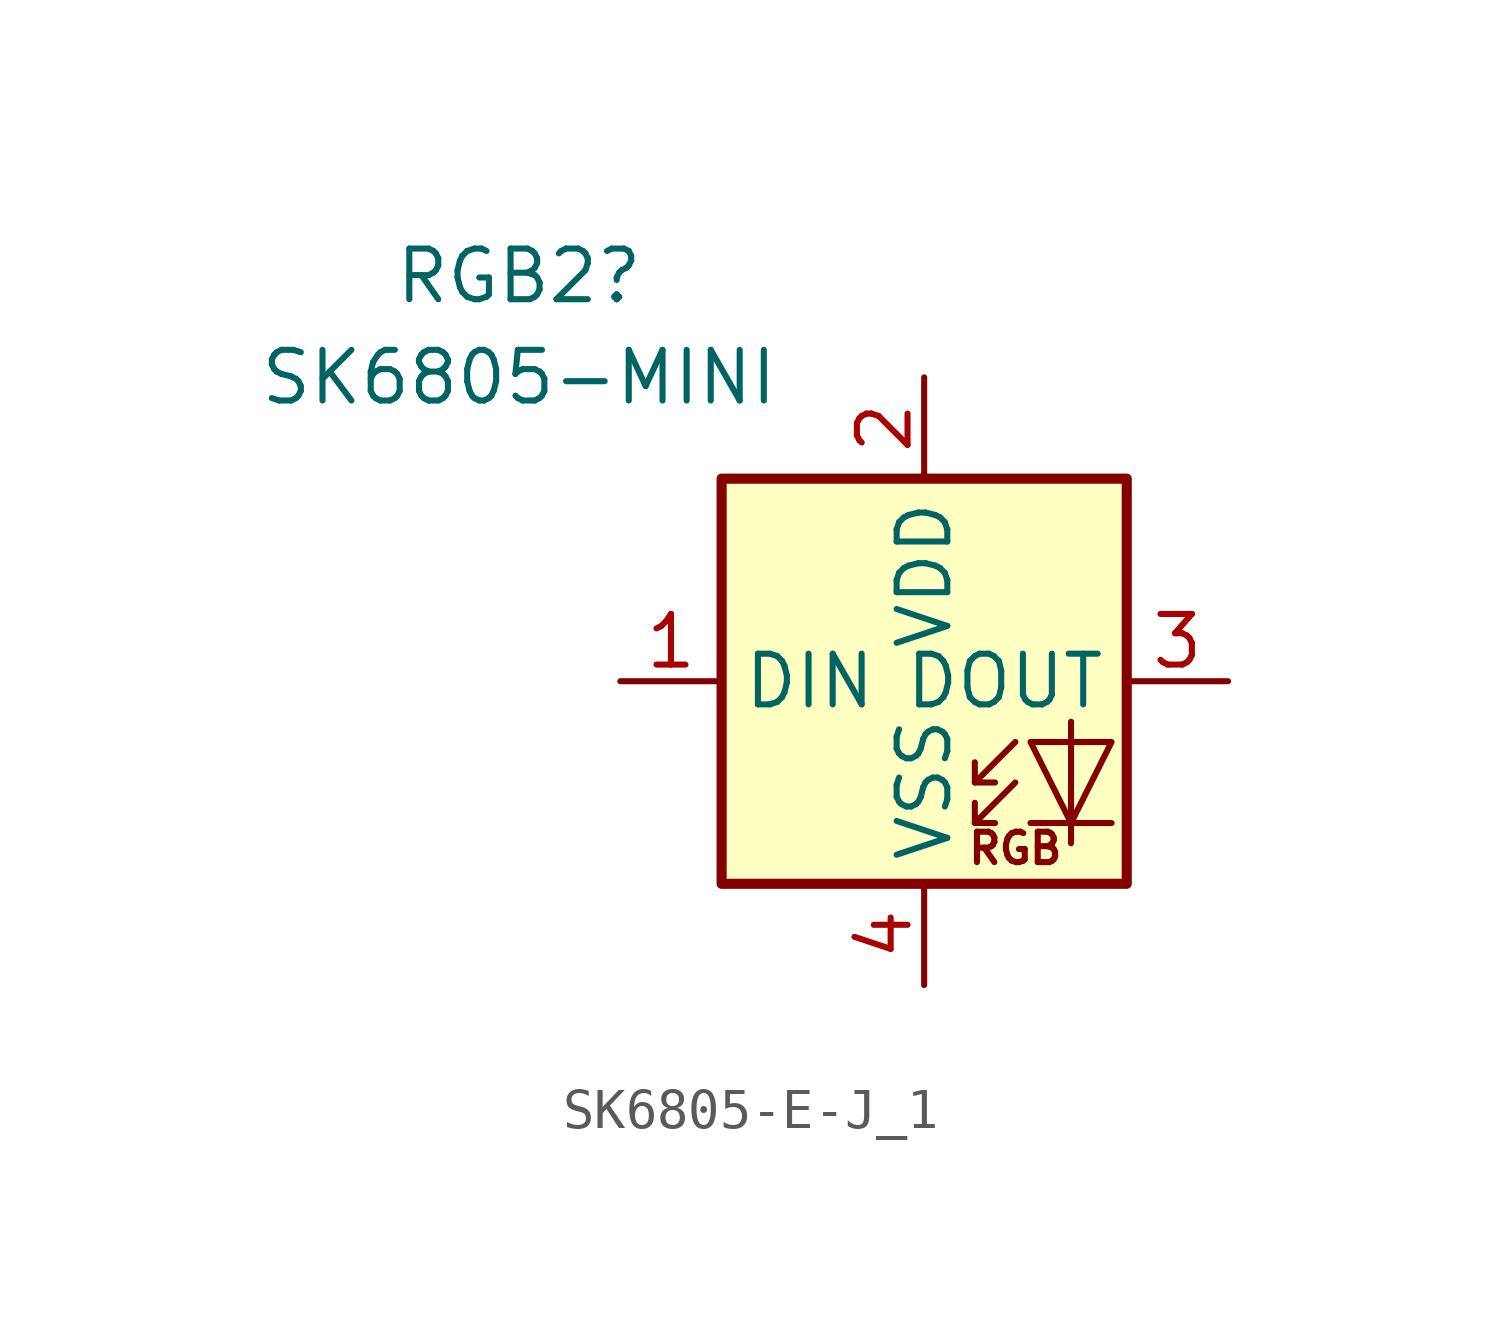
<source format=kicad_sym>
(kicad_symbol_lib
  (version 20231120)
  (generator "kicad_symbol_editor")
  (generator_version "8.0")
  (symbol "SK6805-E-J_1"
    (property "Reference" "RGB2"
      (at -10.16 10.16 0)
      (effects (font (size 1.27 1.27))))
    (property "Value" "SK6805-MINI"
      (at -10.16 7.62 0)
      (effects (font (size 1.27 1.27))))
    (symbol "SK6805-E-J_1_0_0"
      (text "RGB" (at 2.286 -4.191 0) (effects (font (size 0.762 0.762)))))
    (symbol "SK6805-E-J_1_0_1"
      (polyline (pts (xy 1.27 -3.556) (xy 1.778 -3.556)) (stroke (width 0) (type default)) (fill (type none)))
      (polyline (pts (xy 1.27 -2.54) (xy 1.778 -2.54)) (stroke (width 0) (type default)) (fill (type none)))
      (polyline (pts (xy 4.699 -3.556) (xy 2.667 -3.556)) (stroke (width 0) (type default)) (fill (type none)))
      (polyline (pts (xy 2.286 -2.54) (xy 1.27 -3.556) (xy 1.27 -3.048)) (stroke (width 0) (type default)) (fill (type none)))
      (polyline (pts (xy 2.286 -1.524) (xy 1.27 -2.54) (xy 1.27 -2.032)) (stroke (width 0) (type default)) (fill (type none)))
      (polyline (pts (xy 3.683 -1.016) (xy 3.683 -3.556) (xy 3.683 -4.064)) (stroke (width 0) (type default)) (fill (type none)))
      (polyline (pts (xy 4.699 -1.524) (xy 2.667 -1.524) (xy 3.683 -3.556) (xy 4.699 -1.524)) (stroke (width 0) (type default)) (fill (type none)))
      (rectangle (start 5.08 5.08) (end -5.08 -5.08) (stroke (width 0.254) (type default)) (fill (type background))))
    (symbol "SK6805-E-J_1_1_1"
      (pin input line (at -7.62 0 0) (length 2.54) (name "DIN" (effects (font (size 1.27 1.27)))) (number "1" (effects (font (size 1.27 1.27)))))
      (pin power_in line (at 0 7.62 270) (length 2.54) (name "VDD" (effects (font (size 1.27 1.27)))) (number "2" (effects (font (size 1.27 1.27)))))
      (pin output line (at 7.62 0 180) (length 2.54) (name "DOUT" (effects (font (size 1.27 1.27)))) (number "3" (effects (font (size 1.27 1.27)))))
      (pin power_in line (at 0 -7.62 90) (length 2.54) (name "VSS" (effects (font (size 1.27 1.27)))) (number "4" (effects (font (size 1.27 1.27))))))))
</source>
